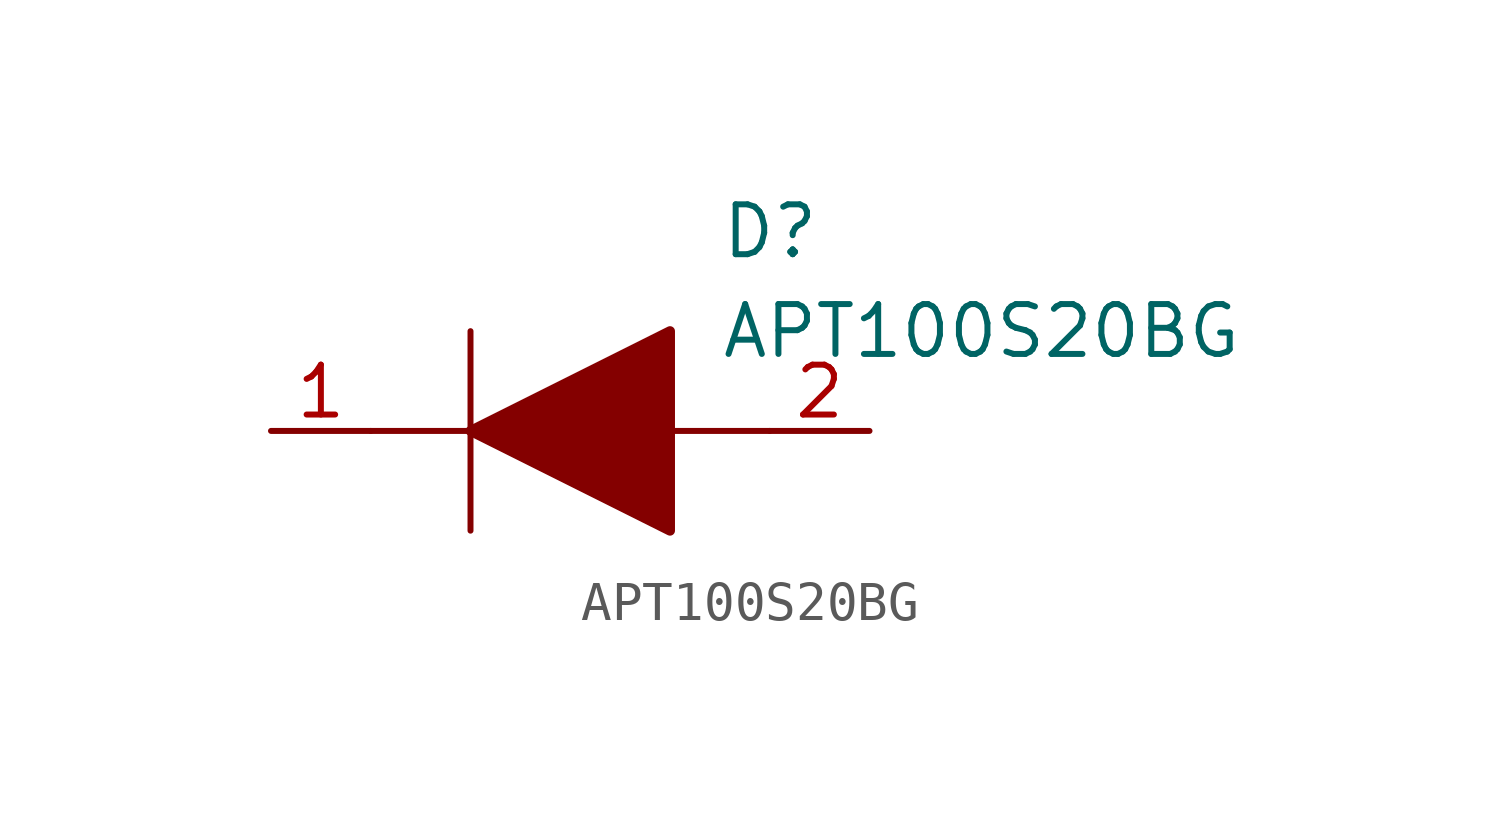
<source format=kicad_sym>
(kicad_symbol_lib
  (version 20211014)
  (generator kicad_symbol_editor)
  (symbol "APT100S20BG"
    (pin_names
      (offset 0.762))
    (property "Reference" "D"
      (at 11.43 5.08 0)
      (effects (font (size 1.27 1.27)) (justify left)))
    (property "Value" "APT100S20BG"
      (at 11.43 2.54 0)
      (effects (font (size 1.27 1.27)) (justify left)))
    (symbol "APT100S20BG_0_0"
      (pin passive line (at 0 0 0) (length 2.54) (name "~" (effects (font (size 1.27 1.27)))) (number "1" (effects (font (size 1.27 1.27)))))
      (pin passive line (at 15.24 0 180) (length 2.54) (name "~" (effects (font (size 1.27 1.27)))) (number "2" (effects (font (size 1.27 1.27))))))
    (symbol "APT100S20BG_0_1"
      (polyline (pts (xy 2.54 0) (xy 5.08 0)) (stroke (width 0.152) (type default) (color 0 0 0 0)) (fill (type none)))
      (polyline (pts (xy 5.08 2.54) (xy 5.08 -2.54)) (stroke (width 0.152) (type default) (color 0 0 0 0)) (fill (type none)))
      (polyline (pts (xy 10.16 0) (xy 12.7 0)) (stroke (width 0.152) (type default) (color 0 0 0 0)) (fill (type none)))
      (polyline (pts (xy 5.08 0) (xy 10.16 2.54) (xy 10.16 -2.54) (xy 5.08 0)) (stroke (width 0.254) (type default) (color 0 0 0 0)) (fill (type outline))))))
</source>
